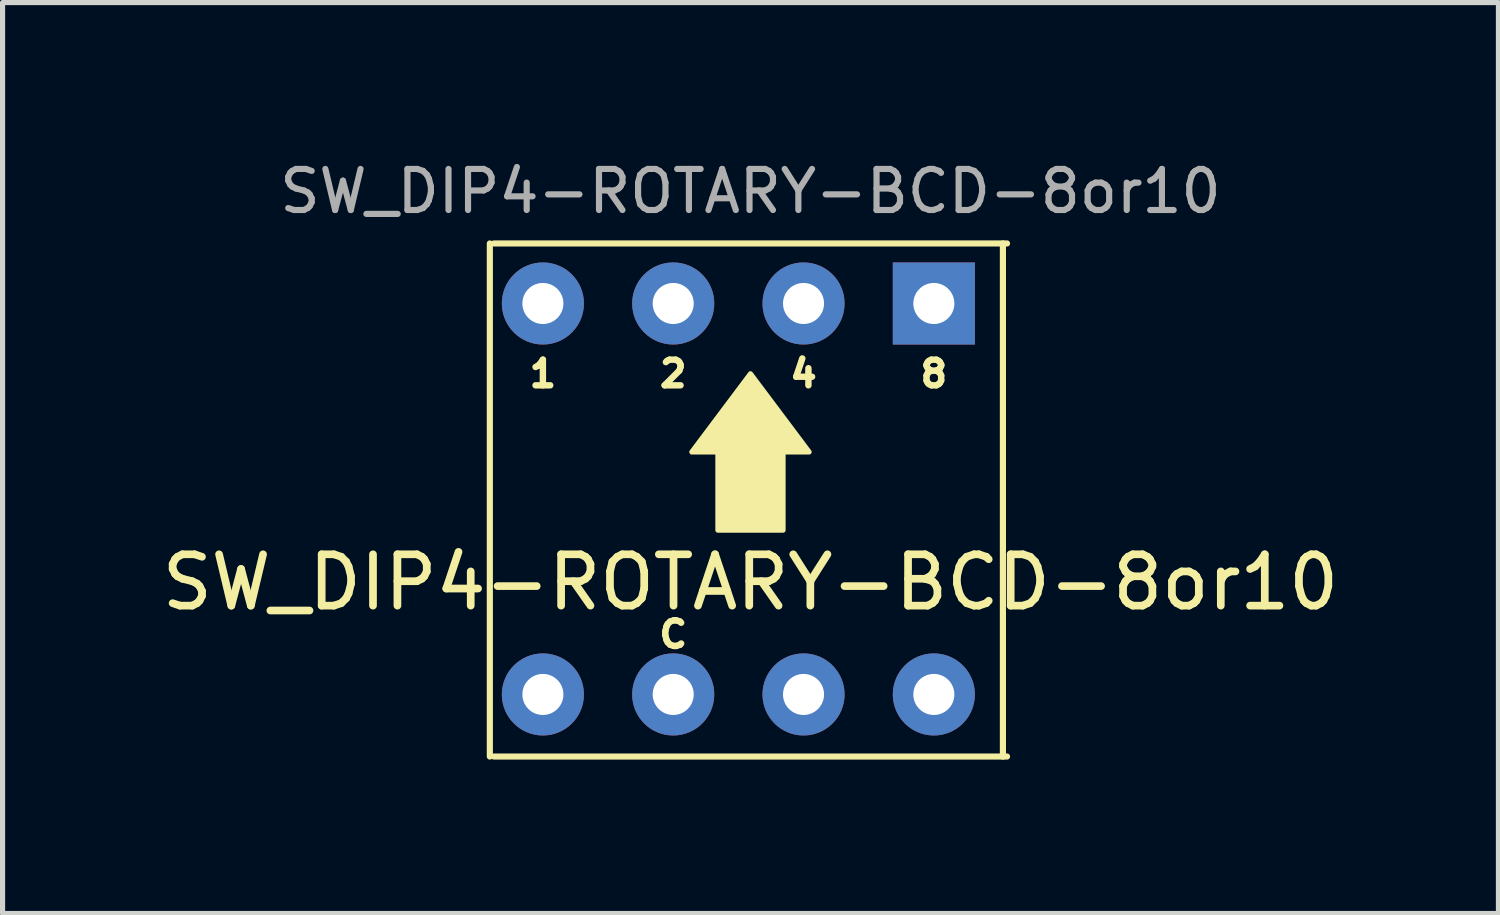
<source format=kicad_pcb>
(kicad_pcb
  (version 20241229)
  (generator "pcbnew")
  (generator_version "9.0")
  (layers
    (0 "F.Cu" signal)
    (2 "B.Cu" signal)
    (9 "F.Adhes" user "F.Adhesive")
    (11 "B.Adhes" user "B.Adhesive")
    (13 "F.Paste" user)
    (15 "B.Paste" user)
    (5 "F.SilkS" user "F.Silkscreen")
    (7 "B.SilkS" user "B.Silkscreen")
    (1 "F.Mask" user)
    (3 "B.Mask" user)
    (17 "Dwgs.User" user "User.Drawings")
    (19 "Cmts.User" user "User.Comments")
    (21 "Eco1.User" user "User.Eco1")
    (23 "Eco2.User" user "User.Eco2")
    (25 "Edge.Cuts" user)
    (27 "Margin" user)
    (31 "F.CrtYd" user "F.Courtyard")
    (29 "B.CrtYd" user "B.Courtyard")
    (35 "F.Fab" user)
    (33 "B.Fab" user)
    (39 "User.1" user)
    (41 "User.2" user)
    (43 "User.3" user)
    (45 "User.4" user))
  (footprint "SW_DIP4-ROTARY-BCD-8or10"
    (layer "F.Cu")
    (at 6.497 1.695)
    (property "Reference" "SW_DIP4-ROTARY-BCD-8or10" (at 5.08 6.604 0) (layer "F.SilkS") (effects (font (size 1 1) (thickness 0.15))))
    (attr through_hole)
    (fp_line (start 0 0) (end 0 10) (stroke (width 0.12) (type solid)) (layer "F.SilkS"))
    (fp_line (start 0.08 10) (end 10.08 10) (stroke (width 0.12) (type solid)) (layer "F.SilkS"))
    (fp_line (start 10 10) (end 10 0) (stroke (width 0.12) (type solid)) (layer "F.SilkS"))
    (fp_line (start 10.08 0) (end 0.08 0) (stroke (width 0.12) (type solid)) (layer "F.SilkS"))
    (fp_poly (pts (xy 6.223 4.064) (xy 3.937 4.064) (xy 5.08 2.54)) (stroke (width 0.1) (type solid)) (fill yes) (layer "F.SilkS"))
    (fp_poly (pts (xy 5.715 5.588) (xy 4.445 5.588) (xy 4.445 3.81) (xy 5.715 3.81)) (stroke (width 0.1) (type solid)) (fill yes) (layer "F.SilkS"))
    (fp_text user "1" (at 1.034 2.54 0) (layer "F.SilkS") (effects (font (size 0.5 0.5) (thickness 0.125))))
    (fp_text user "2" (at 3.574 2.54 0) (layer "F.SilkS") (effects (font (size 0.5 0.5) (thickness 0.125))))
    (fp_text user "C" (at 3.574 7.62 0) (layer "F.SilkS") (effects (font (size 0.5 0.5) (thickness 0.125))))
    (fp_text user "4" (at 6.114 2.54 0) (layer "F.SilkS") (effects (font (size 0.5 0.5) (thickness 0.125))))
    (fp_text user "8" (at 8.654 2.54 0) (layer "F.SilkS") (effects (font (size 0.5 0.5) (thickness 0.125))))
    (fp_text user "${REFERENCE}" (at 5.08 -1.016 180) (layer "F.Fab") (effects (font (size 0.8 0.8) (thickness 0.12))))
    (pad "1" thru_hole oval (at 1.034 1.17 270) (size 1.6 1.6) (drill 0.8) (layers "*.Cu" "*.Mask"))
    (pad "2" thru_hole oval (at 3.574 1.17 270) (size 1.6 1.6) (drill 0.8) (layers "*.Cu" "*.Mask"))
    (pad "4" thru_hole oval (at 6.114 1.17 270) (size 1.6 1.6) (drill 0.8) (layers "*.Cu" "*.Mask"))
    (pad "8" thru_hole rect (at 8.654 1.17 270) (size 1.6 1.6) (drill 0.8) (layers "*.Cu" "*.Mask"))
    (pad "C" thru_hole oval (at 1.034 8.79 270) (size 1.6 1.6) (drill 0.8) (layers "*.Cu" "*.Mask"))
    (pad "C" thru_hole oval (at 3.574 8.79 270) (size 1.6 1.6) (drill 0.8) (layers "*.Cu" "*.Mask"))
    (pad "C" thru_hole oval (at 6.114 8.79 270) (size 1.6 1.6) (drill 0.8) (layers "*.Cu" "*.Mask"))
    (pad "C" thru_hole oval (at 8.654 8.79 270) (size 1.6 1.6) (drill 0.8) (layers "*.Cu" "*.Mask")))
  (gr_rect
    (start -3 -3)
    (end 26.155 14.755)
    (stroke (width 0.1) (type default))
    (fill no)
    (layer "Edge.Cuts")))
</source>
